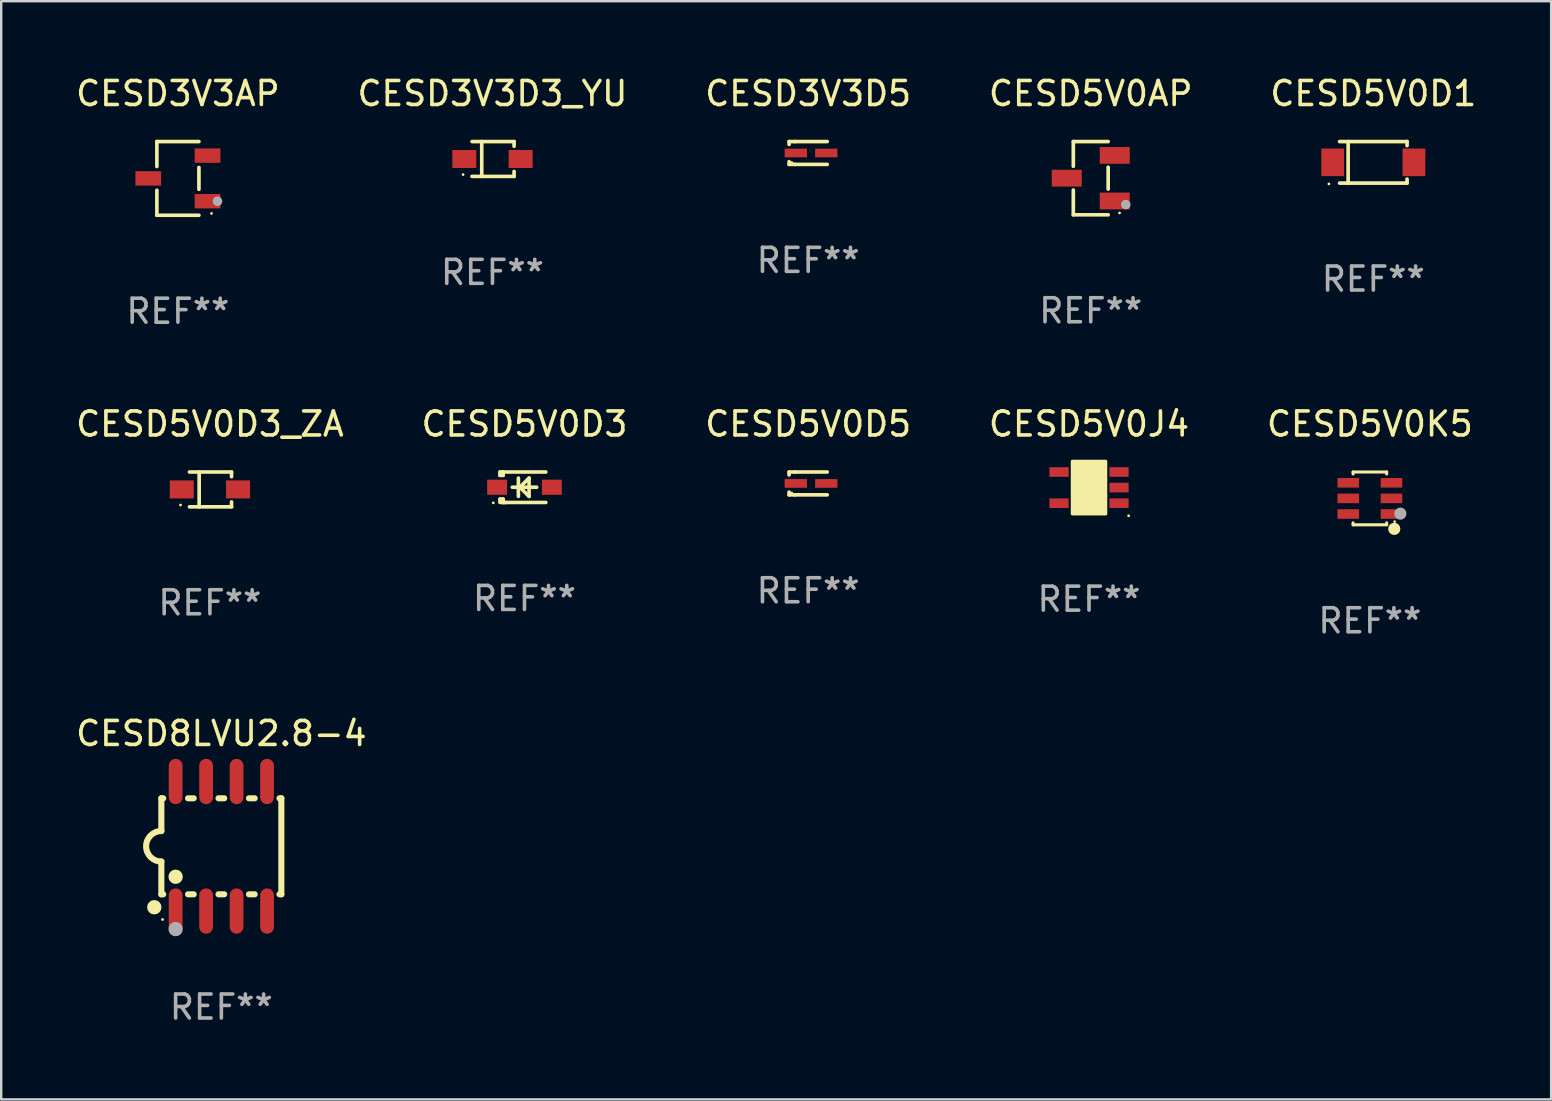
<source format=kicad_pcb>
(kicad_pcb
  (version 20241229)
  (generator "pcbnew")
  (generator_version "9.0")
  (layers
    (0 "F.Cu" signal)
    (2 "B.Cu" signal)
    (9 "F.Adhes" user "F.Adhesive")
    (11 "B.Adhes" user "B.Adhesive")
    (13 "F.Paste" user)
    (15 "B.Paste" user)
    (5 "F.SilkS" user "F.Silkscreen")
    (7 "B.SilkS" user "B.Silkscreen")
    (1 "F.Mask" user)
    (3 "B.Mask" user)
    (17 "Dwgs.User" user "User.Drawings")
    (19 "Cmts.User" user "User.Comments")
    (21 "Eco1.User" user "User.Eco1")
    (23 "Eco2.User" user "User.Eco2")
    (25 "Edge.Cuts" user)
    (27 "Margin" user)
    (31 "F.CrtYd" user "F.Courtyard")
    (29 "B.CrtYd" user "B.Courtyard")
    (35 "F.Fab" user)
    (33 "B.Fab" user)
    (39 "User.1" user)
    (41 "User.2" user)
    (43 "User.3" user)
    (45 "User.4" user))
  (footprint "CESD8LVU2.8-4"
    (layer "F.Cu")
    (at 6.173 32.213)
    (property "Reference" "CESD8LVU2.8-4" (at 0 -4.699 0) (layer "F.SilkS") (effects (font (size 1 1) (thickness 0.15))))
    (attr through_hole)
    (fp_line (start -2.5 -2) (end -2.5 -0.635) (stroke (width 0.254) (type solid)) (layer "F.SilkS"))
    (fp_line (start -2.5 -2) (end -2.421 -2) (stroke (width 0.254) (type solid)) (layer "F.SilkS"))
    (fp_line (start -2.5 2) (end -2.5 0.635) (stroke (width 0.254) (type solid)) (layer "F.SilkS"))
    (fp_line (start -2.5 2) (end -2.421 2) (stroke (width 0.254) (type solid)) (layer "F.SilkS"))
    (fp_line (start -1.389 -2) (end -1.151 -2) (stroke (width 0.254) (type solid)) (layer "F.SilkS"))
    (fp_line (start -1.389 2) (end -1.151 2) (stroke (width 0.254) (type solid)) (layer "F.SilkS"))
    (fp_line (start -0.119 -2) (end 0.119 -2) (stroke (width 0.254) (type solid)) (layer "F.SilkS"))
    (fp_line (start -0.119 2) (end 0.119 2) (stroke (width 0.254) (type solid)) (layer "F.SilkS"))
    (fp_line (start 1.151 -2) (end 1.389 -2) (stroke (width 0.254) (type solid)) (layer "F.SilkS"))
    (fp_line (start 1.151 2) (end 1.389 2) (stroke (width 0.254) (type solid)) (layer "F.SilkS"))
    (fp_line (start 2.421 -2) (end 2.5 -2) (stroke (width 0.254) (type solid)) (layer "F.SilkS"))
    (fp_line (start 2.421 2) (end 2.5 2) (stroke (width 0.254) (type solid)) (layer "F.SilkS"))
    (fp_line (start 2.5 -2) (end 2.5 2) (stroke (width 0.254) (type solid)) (layer "F.SilkS"))
    (fp_arc (start -2.5 0.635001) (mid -3.134366 -0.000318) (end -2.499365 -0.635001) (stroke (width 0.254001) (type solid)) (layer "F.SilkS"))
    (fp_circle (center -2.794 2.54) (end -2.644 2.54) (stroke (width 0.3) (type solid)) (fill no) (layer "F.SilkS"))
    (fp_circle (center -2.45 3.05) (end -2.42 3.05) (stroke (width 0.06) (type solid)) (fill no) (layer "F.SilkS"))
    (fp_circle (center -1.905 1.27) (end -1.755 1.27) (stroke (width 0.3) (type solid)) (fill no) (layer "F.SilkS"))
    (fp_circle (center -1.905 3.45) (end -1.755 3.45) (stroke (width 0.3) (type solid)) (fill no) (layer "F.Fab"))
    (fp_text user "REF**" (at 0 6.699 0) (layer "F.Fab") (effects (font (size 1 1) (thickness 0.15))))
    (pad "1" smd oval (at -1.905 2.699) (size 0.574 1.888) (layers "F.Cu" "F.Mask" "F.Paste"))
    (pad "2" smd oval (at -0.635 2.699) (size 0.574 1.888) (layers "F.Cu" "F.Mask" "F.Paste"))
    (pad "3" smd oval (at 0.635 2.699) (size 0.574 1.888) (layers "F.Cu" "F.Mask" "F.Paste"))
    (pad "4" smd oval (at 1.905 2.699) (size 0.574 1.888) (layers "F.Cu" "F.Mask" "F.Paste"))
    (pad "5" smd oval (at 1.905 -2.699) (size 0.574 1.888) (layers "F.Cu" "F.Mask" "F.Paste"))
    (pad "6" smd oval (at 0.635 -2.699) (size 0.574 1.888) (layers "F.Cu" "F.Mask" "F.Paste"))
    (pad "7" smd oval (at -0.635 -2.699) (size 0.574 1.888) (layers "F.Cu" "F.Mask" "F.Paste"))
    (pad "8" smd oval (at -1.905 -2.699) (size 0.574 1.888) (layers "F.Cu" "F.Mask" "F.Paste")))
  (footprint "CESD5V0J4"
    (layer "F.Cu")
    (at 42.327 17.267)
    (property "Reference" "CESD5V0J4" (at 0 -2.65 0) (layer "F.SilkS") (effects (font (size 1 1) (thickness 0.15))))
    (attr through_hole)
    (fp_arc (start 0.381001 0.637541) (mid 0.380995 0.636271) (end 0.381001 0.635001) (stroke (width 0.24892) (type solid)) (layer "F.SilkS"))
    (fp_circle (center 1.65 1.175) (end 1.68 1.175) (stroke (width 0.06) (type solid)) (fill no) (layer "F.SilkS"))
    (fp_poly (pts (xy -0.7 -1.1) (xy 0.7 -1.1) (xy 0.7 1.1) (xy -0.7 1.1)) (stroke (width 0.12) (type solid)) (fill yes) (layer "F.SilkS"))
    (fp_text user "REF**" (at 0 4.65 0) (layer "F.Fab") (effects (font (size 1 1) (thickness 0.15))))
    (pad "1" smd rect (at 1.25 0.65 270) (size 0.4 0.8) (layers "F.Cu" "F.Mask" "F.Paste"))
    (pad "2" smd rect (at 1.25 0 270) (size 0.4 0.8) (layers "F.Cu" "F.Mask" "F.Paste"))
    (pad "3" smd rect (at 1.25 -0.65 270) (size 0.4 0.8) (layers "F.Cu" "F.Mask" "F.Paste"))
    (pad "4" smd rect (at -1.25 -0.65 270) (size 0.4 0.8) (layers "F.Cu" "F.Mask" "F.Paste"))
    (pad "5" smd rect (at -1.25 0.65 270) (size 0.4 0.8) (layers "F.Cu" "F.Mask" "F.Paste")))
  (footprint "CESD5V0K5"
    (layer "F.Cu")
    (at 54.03 17.717)
    (property "Reference" "CESD5V0K5" (at 0 -3.1 0) (layer "F.SilkS") (effects (font (size 1 1) (thickness 0.15))))
    (attr through_hole)
    (fp_line (start -0.7 -1.018) (end -0.7 -1.1) (stroke (width 0.127) (type solid)) (layer "F.SilkS"))
    (fp_line (start -0.7 1.1) (end -0.7 1.018) (stroke (width 0.127) (type solid)) (layer "F.SilkS"))
    (fp_line (start 0.7 -1.1) (end -0.7 -1.1) (stroke (width 0.127) (type solid)) (layer "F.SilkS"))
    (fp_line (start 0.7 -1.018) (end 0.7 -1.1) (stroke (width 0.127) (type solid)) (layer "F.SilkS"))
    (fp_line (start 0.7 1.1) (end -0.7 1.1) (stroke (width 0.127) (type solid)) (layer "F.SilkS"))
    (fp_line (start 0.7 1.1) (end 0.7 1.018) (stroke (width 0.127) (type solid)) (layer "F.SilkS"))
    (fp_circle (center 1.016 1.27) (end 1.143 1.27) (stroke (width 0.254) (type solid)) (fill no) (layer "F.SilkS"))
    (fp_circle (center 1.032 0.97) (end 1.062 0.97) (stroke (width 0.06) (type solid)) (fill no) (layer "F.SilkS"))
    (fp_circle (center 1.27 0.635) (end 1.397 0.635) (stroke (width 0.254) (type solid)) (fill no) (layer "F.Fab"))
    (fp_text user "REF**" (at 0 5.1 0) (layer "F.Fab") (effects (font (size 1 1) (thickness 0.15))))
    (pad "1" smd rect (at 0.9 0.65 90) (size 0.4 0.9) (layers "F.Cu" "F.Mask" "F.Paste"))
    (pad "2" smd rect (at 0.9 -0.000102 90) (size 0.4 0.9) (layers "F.Cu" "F.Mask" "F.Paste"))
    (pad "3" smd rect (at 0.9 -0.65 90) (size 0.4 0.9) (layers "F.Cu" "F.Mask" "F.Paste"))
    (pad "4" smd rect (at -0.9 -0.65 90) (size 0.4 0.9) (layers "F.Cu" "F.Mask" "F.Paste"))
    (pad "5" smd rect (at -0.9 -0.000102 90) (size 0.4 0.9) (layers "F.Cu" "F.Mask" "F.Paste"))
    (pad "6" smd rect (at -0.9 0.65 90) (size 0.4 0.9) (layers "F.Cu" "F.Mask" "F.Paste")))
  (footprint "CESD5V0D1"
    (layer "F.Cu")
    (at 54.173 3.714)
    (property "Reference" "CESD5V0D1" (at 0 -2.866 0) (layer "F.SilkS") (effects (font (size 1 1) (thickness 0.15))))
    (attr through_hole)
    (fp_line (start -1.406 -0.866) (end 1.406 -0.866) (stroke (width 0.152) (type solid)) (layer "F.SilkS"))
    (fp_line (start -1.406 0.866) (end 1.406 0.866) (stroke (width 0.152) (type solid)) (layer "F.SilkS"))
    (fp_line (start -1.049 -0.866) (end -1.049 0.866) (stroke (width 0.152) (type solid)) (layer "F.SilkS"))
    (fp_line (start 1.406 -0.866) (end 1.406 -0.698) (stroke (width 0.152) (type solid)) (layer "F.SilkS"))
    (fp_line (start 1.406 0.866) (end 1.406 0.698) (stroke (width 0.152) (type solid)) (layer "F.SilkS"))
    (fp_circle (center -1.851 0.9) (end -1.821 0.9) (stroke (width 0.06) (type solid)) (fill no) (layer "F.SilkS"))
    (fp_text user "REF**" (at 0 4.866 0) (layer "F.Fab") (effects (font (size 1 1) (thickness 0.15))))
    (pad "1" smd rect (at -1.692 0) (size 0.95 1.15) (layers "F.Cu" "F.Mask" "F.Paste"))
    (pad "2" smd rect (at 1.692 0) (size 0.95 1.15) (layers "F.Cu" "F.Mask" "F.Paste")))
  (footprint "CESD5V0AP"
    (layer "F.Cu")
    (at 42.399 4.374)
    (property "Reference" "CESD5V0AP" (at 0 -3.526 0) (layer "F.SilkS") (effects (font (size 1 1) (thickness 0.15))))
    (attr through_hole)
    (fp_line (start -0.726 -1.526) (end -0.726 -0.495) (stroke (width 0.152) (type solid)) (layer "F.SilkS"))
    (fp_line (start -0.726 1.526) (end -0.726 0.495) (stroke (width 0.152) (type solid)) (layer "F.SilkS"))
    (fp_line (start 0.726 -1.526) (end -0.726 -1.526) (stroke (width 0.152) (type solid)) (layer "F.SilkS"))
    (fp_line (start 0.726 -0.455) (end 0.726 0.455) (stroke (width 0.152) (type solid)) (layer "F.SilkS"))
    (fp_line (start 0.726 1.526) (end -0.726 1.526) (stroke (width 0.152) (type solid)) (layer "F.SilkS"))
    (fp_circle (center 1.2 1.45) (end 1.23 1.45) (stroke (width 0.06) (type solid)) (fill no) (layer "F.SilkS"))
    (fp_circle (center 1.46 1.1) (end 1.56 1.1) (stroke (width 0.2) (type solid)) (fill no) (layer "F.Fab"))
    (fp_text user "REF**" (at 0 5.526 0) (layer "F.Fab") (effects (font (size 1 1) (thickness 0.15))))
    (pad "1" smd rect (at 1 0.95) (size 1.25 0.7) (layers "F.Cu" "F.Mask" "F.Paste"))
    (pad "2" smd rect (at 1 -0.95) (size 1.25 0.7) (layers "F.Cu" "F.Mask" "F.Paste"))
    (pad "3" smd rect (at -1 0) (size 1.25 0.7) (layers "F.Cu" "F.Mask" "F.Paste")))
  (footprint "CESD5V0D5"
    (layer "F.Cu")
    (at 30.625 17.093)
    (property "Reference" "CESD5V0D5" (at 0 -2.476 0) (layer "F.SilkS") (effects (font (size 1 1) (thickness 0.15))))
    (attr through_hole)
    (fp_line (start -0.795 -0.476) (end -0.795 -0.356) (stroke (width 0.152) (type solid)) (layer "F.SilkS"))
    (fp_line (start -0.795 0.363) (end -0.795 0.476) (stroke (width 0.152) (type solid)) (layer "F.SilkS"))
    (fp_line (start -0.795 0.476) (end -0.557 0.476) (stroke (width 0.152) (type solid)) (layer "F.SilkS"))
    (fp_line (start -0.557 -0.476) (end -0.795 -0.476) (stroke (width 0.152) (type solid)) (layer "F.SilkS"))
    (fp_line (start -0.557 -0.476) (end 0.795 -0.476) (stroke (width 0.152) (type solid)) (layer "F.SilkS"))
    (fp_line (start -0.557 0.476) (end 0.795 0.476) (stroke (width 0.152) (type solid)) (layer "F.SilkS"))
    (fp_circle (center -0.681 0.4) (end -0.651 0.4) (stroke (width 0.06) (type solid)) (fill no) (layer "F.SilkS"))
    (fp_text user "REF**" (at 0 4.476 0) (layer "F.Fab") (effects (font (size 1 1) (thickness 0.15))))
    (pad "1" smd rect (at -0.516 0 180) (size 0.93 0.36) (layers "F.Cu" "F.Mask" "F.Paste"))
    (pad "2" smd rect (at 0.754 0 180) (size 0.93 0.36) (layers "F.Cu" "F.Mask" "F.Paste")))
  (footprint "CESD5V0D3"
    (layer "F.Cu")
    (at 18.804 17.252)
    (property "Reference" "CESD5V0D3" (at 0 -2.635 0) (layer "F.SilkS") (effects (font (size 1 1) (thickness 0.15))))
    (attr through_hole)
    (fp_line (start -1.02 -0.635) (end -1.02 -0.495) (stroke (width 0.152) (type solid)) (layer "F.SilkS"))
    (fp_line (start -1.02 -0.495) (end -0.889 -0.495) (stroke (width 0.152) (type solid)) (layer "F.SilkS"))
    (fp_line (start -1.02 0.495) (end -1.02 0.62) (stroke (width 0.152) (type solid)) (layer "F.SilkS"))
    (fp_line (start -1.02 0.495) (end -0.889 0.495) (stroke (width 0.152) (type solid)) (layer "F.SilkS"))
    (fp_line (start -0.889 -0.635) (end -1.02 -0.635) (stroke (width 0.152) (type solid)) (layer "F.SilkS"))
    (fp_line (start -0.889 -0.635) (end -0.889 -0.595) (stroke (width 0.152) (type solid)) (layer "F.SilkS"))
    (fp_line (start -0.889 -0.635) (end 0.889 -0.635) (stroke (width 0.152) (type solid)) (layer "F.SilkS"))
    (fp_line (start -0.889 -0.495) (end -0.889 -0.635) (stroke (width 0.152) (type solid)) (layer "F.SilkS"))
    (fp_line (start -0.889 0.595) (end -0.889 0.495) (stroke (width 0.152) (type solid)) (layer "F.SilkS"))
    (fp_line (start -0.889 0.595) (end -0.889 0.635) (stroke (width 0.152) (type solid)) (layer "F.SilkS"))
    (fp_line (start -0.889 0.635) (end 0.889 0.635) (stroke (width 0.152) (type solid)) (layer "F.SilkS"))
    (fp_line (start -0.776 0.635) (end -1.014 0.635) (stroke (width 0.152) (type solid)) (layer "F.SilkS"))
    (fp_line (start -0.254 -0.381) (end -0.254 0.381) (stroke (width 0.152) (type solid)) (layer "F.SilkS"))
    (fp_line (start -0.191 0) (end 0.19 -0.381) (stroke (width 0.152) (type solid)) (layer "F.SilkS"))
    (fp_line (start 0.19 -0.381) (end 0.19 0.381) (stroke (width 0.152) (type solid)) (layer "F.SilkS"))
    (fp_line (start 0.19 0.381) (end -0.191 0) (stroke (width 0.152) (type solid)) (layer "F.SilkS"))
    (fp_line (start 0.508 0) (end -0.508 0) (stroke (width 0.152) (type solid)) (layer "F.SilkS"))
    (fp_circle (center -1.3 0.65) (end -1.27 0.65) (stroke (width 0.06) (type solid)) (fill no) (layer "F.SilkS"))
    (fp_text user "REF**" (at 0 4.635 0) (layer "F.Fab") (effects (font (size 1 1) (thickness 0.15))))
    (pad "1" smd rect (at -1.14 0.000051 90) (size 0.63 0.83) (layers "F.Cu" "F.Mask" "F.Paste"))
    (pad "2" smd rect (at 1.14 0.000051 90) (size 0.63 0.83) (layers "F.Cu" "F.Mask" "F.Paste")))
  (footprint "CESD3V3D3_YU"
    (layer "F.Cu")
    (at 17.47 3.574)
    (property "Reference" "CESD3V3D3_YU" (at 0 -2.726 0) (layer "F.SilkS") (effects (font (size 1 1) (thickness 0.15))))
    (attr through_hole)
    (fp_line (start -0.851 -0.726) (end 0.901 -0.726) (stroke (width 0.152) (type solid)) (layer "F.SilkS"))
    (fp_line (start -0.851 0.726) (end 0.901 0.726) (stroke (width 0.152) (type solid)) (layer "F.SilkS"))
    (fp_line (start -0.447 -0.726) (end -0.447 0.726) (stroke (width 0.152) (type solid)) (layer "F.SilkS"))
    (fp_line (start 0.901 -0.726) (end 0.901 -0.53) (stroke (width 0.152) (type solid)) (layer "F.SilkS"))
    (fp_line (start 0.901 0.726) (end 0.901 0.52) (stroke (width 0.152) (type solid)) (layer "F.SilkS"))
    (fp_circle (center -1.225 0.65) (end -1.195 0.65) (stroke (width 0.06) (type solid)) (fill no) (layer "F.SilkS"))
    (fp_text user "REF**" (at 0 4.726 0) (layer "F.Fab") (effects (font (size 1 1) (thickness 0.15))))
    (pad "1" smd rect (at -1.173 0) (size 1 0.75) (layers "F.Cu" "F.Mask" "F.Paste"))
    (pad "2" smd rect (at 1.173 0) (size 1 0.75) (layers "F.Cu" "F.Mask" "F.Paste")))
  (footprint "CESD5V0D3_ZA"
    (layer "F.Cu")
    (at 5.696 17.343)
    (property "Reference" "CESD5V0D3_ZA" (at 0 -2.726 0) (layer "F.SilkS") (effects (font (size 1 1) (thickness 0.15))))
    (attr through_hole)
    (fp_line (start -0.851 -0.726) (end 0.901 -0.726) (stroke (width 0.152) (type solid)) (layer "F.SilkS"))
    (fp_line (start -0.851 0.726) (end 0.901 0.726) (stroke (width 0.152) (type solid)) (layer "F.SilkS"))
    (fp_line (start -0.447 -0.726) (end -0.447 0.726) (stroke (width 0.152) (type solid)) (layer "F.SilkS"))
    (fp_line (start 0.901 -0.726) (end 0.901 -0.53) (stroke (width 0.152) (type solid)) (layer "F.SilkS"))
    (fp_line (start 0.901 0.726) (end 0.901 0.52) (stroke (width 0.152) (type solid)) (layer "F.SilkS"))
    (fp_circle (center -1.225 0.65) (end -1.195 0.65) (stroke (width 0.06) (type solid)) (fill no) (layer "F.SilkS"))
    (fp_text user "REF**" (at 0 4.726 0) (layer "F.Fab") (effects (font (size 1 1) (thickness 0.15))))
    (pad "1" smd rect (at -1.173 0) (size 1 0.75) (layers "F.Cu" "F.Mask" "F.Paste"))
    (pad "2" smd rect (at 1.173 0) (size 1 0.75) (layers "F.Cu" "F.Mask" "F.Paste")))
  (footprint "CESD3V3AP"
    (layer "F.Cu")
    (at 4.363 4.384)
    (property "Reference" "CESD3V3AP" (at 0 -3.536 0) (layer "F.SilkS") (effects (font (size 1 1) (thickness 0.15))))
    (attr through_hole)
    (fp_line (start -0.876 -1.536) (end -0.876 -0.495) (stroke (width 0.152) (type solid)) (layer "F.SilkS"))
    (fp_line (start -0.876 1.536) (end -0.876 0.495) (stroke (width 0.152) (type solid)) (layer "F.SilkS"))
    (fp_line (start 0.876 -1.536) (end -0.876 -1.536) (stroke (width 0.152) (type solid)) (layer "F.SilkS"))
    (fp_line (start 0.876 -0.455) (end 0.876 0.455) (stroke (width 0.152) (type solid)) (layer "F.SilkS"))
    (fp_line (start 0.876 1.536) (end -0.876 1.536) (stroke (width 0.152) (type solid)) (layer "F.SilkS"))
    (fp_circle (center 1.4 1.46) (end 1.43 1.46) (stroke (width 0.06) (type solid)) (fill no) (layer "F.SilkS"))
    (fp_circle (center 1.651 0.95) (end 1.751 0.95) (stroke (width 0.2) (type solid)) (fill no) (layer "F.Fab"))
    (fp_text user "REF**" (at 0 5.536 0) (layer "F.Fab") (effects (font (size 1 1) (thickness 0.15))))
    (pad "1" smd rect (at 1.235 0.95) (size 1.07 0.6) (layers "F.Cu" "F.Mask" "F.Paste"))
    (pad "2" smd rect (at 1.235 -0.95) (size 1.07 0.6) (layers "F.Cu" "F.Mask" "F.Paste"))
    (pad "3" smd rect (at -1.235 0) (size 1.07 0.6) (layers "F.Cu" "F.Mask" "F.Paste")))
  (footprint "CESD3V3D5"
    (layer "F.Cu")
    (at 30.625 3.324)
    (property "Reference" "CESD3V3D5" (at 0 -2.476 0) (layer "F.SilkS") (effects (font (size 1 1) (thickness 0.15))))
    (attr through_hole)
    (fp_line (start -0.795 -0.476) (end -0.795 -0.356) (stroke (width 0.152) (type solid)) (layer "F.SilkS"))
    (fp_line (start -0.795 0.363) (end -0.795 0.476) (stroke (width 0.152) (type solid)) (layer "F.SilkS"))
    (fp_line (start -0.795 0.476) (end -0.557 0.476) (stroke (width 0.152) (type solid)) (layer "F.SilkS"))
    (fp_line (start -0.557 -0.476) (end -0.795 -0.476) (stroke (width 0.152) (type solid)) (layer "F.SilkS"))
    (fp_line (start -0.557 -0.476) (end 0.795 -0.476) (stroke (width 0.152) (type solid)) (layer "F.SilkS"))
    (fp_line (start -0.557 0.476) (end 0.795 0.476) (stroke (width 0.152) (type solid)) (layer "F.SilkS"))
    (fp_circle (center -0.681 0.4) (end -0.651 0.4) (stroke (width 0.06) (type solid)) (fill no) (layer "F.SilkS"))
    (fp_text user "REF**" (at 0 4.476 0) (layer "F.Fab") (effects (font (size 1 1) (thickness 0.15))))
    (pad "1" smd rect (at -0.516 0 180) (size 0.93 0.36) (layers "F.Cu" "F.Mask" "F.Paste"))
    (pad "2" smd rect (at 0.754 0 180) (size 0.93 0.36) (layers "F.Cu" "F.Mask" "F.Paste")))
  (gr_rect
    (start -3 -3)
    (end 61.583 42.76)
    (stroke (width 0.1) (type default))
    (fill no)
    (layer "Edge.Cuts")))
</source>
